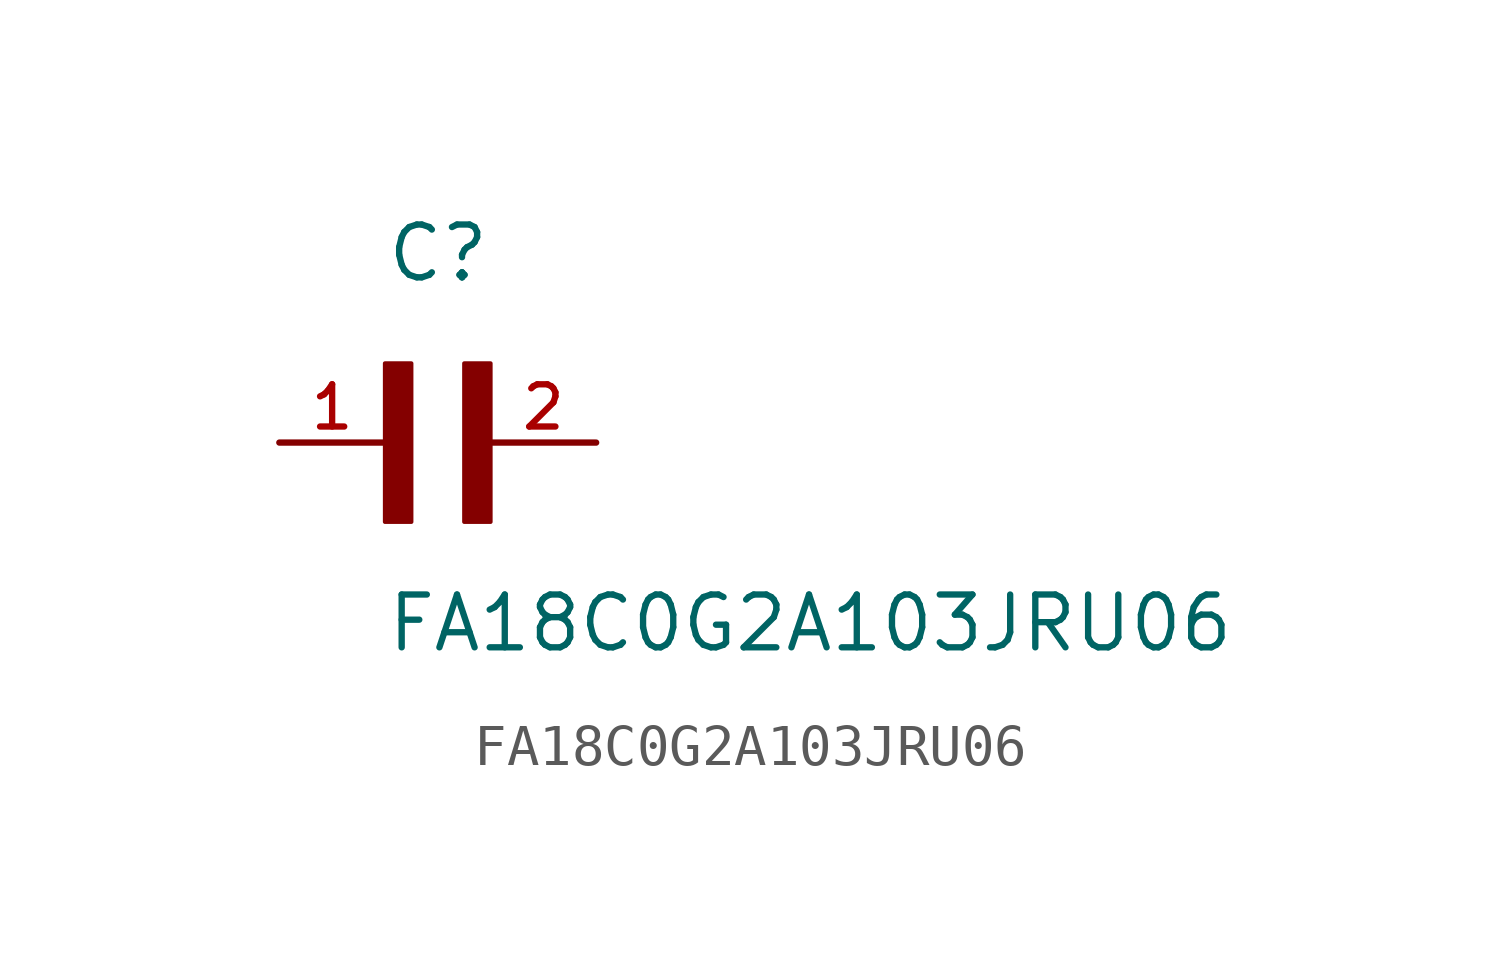
<source format=kicad_sym>
(kicad_symbol_lib
  (version 20211014)
  (generator kicad_symbol_editor)
  (symbol "FA18C0G2A103JRU06"
    (pin_names
      (offset 1.016))
    (property "Reference" "C"
      (at 0.0 3.811 0)
      (effects (font (size 1.27 1.27)) (justify bottom left)))
    (property "Value" "FA18C0G2A103JRU06"
      (at 0.0 -5.088 0)
      (effects (font (size 1.27 1.27)) (justify bottom left)))
    (symbol "FA18C0G2A103JRU06_0_0"
      (rectangle (start 0.0 -1.907) (end 0.635 1.905) (stroke (width 0.1)) (fill (type outline)))
      (rectangle (start 1.907 -1.907) (end 2.54 1.905) (stroke (width 0.1)) (fill (type outline)))
      (pin passive line (at -2.54 0.0 0) (length 2.54) (name "~" (effects (font (size 1.016 1.016)))) (number "1" (effects (font (size 1.016 1.016)))))
      (pin passive line (at 5.08 0.0 180.0) (length 2.54) (name "~" (effects (font (size 1.016 1.016)))) (number "2" (effects (font (size 1.016 1.016))))))))
</source>
